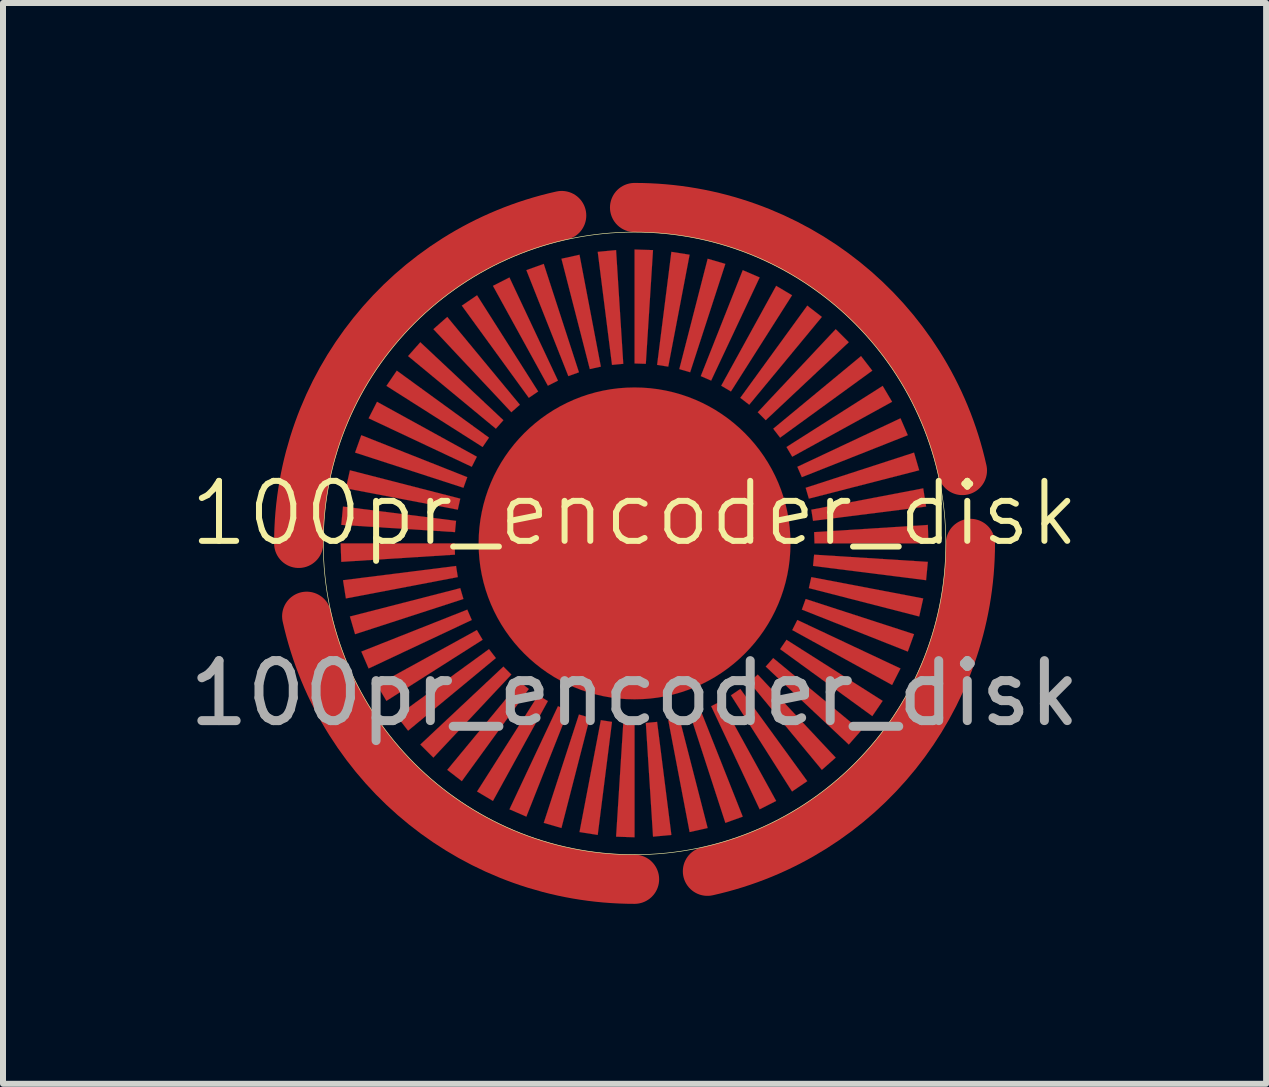
<source format=kicad_pcb>
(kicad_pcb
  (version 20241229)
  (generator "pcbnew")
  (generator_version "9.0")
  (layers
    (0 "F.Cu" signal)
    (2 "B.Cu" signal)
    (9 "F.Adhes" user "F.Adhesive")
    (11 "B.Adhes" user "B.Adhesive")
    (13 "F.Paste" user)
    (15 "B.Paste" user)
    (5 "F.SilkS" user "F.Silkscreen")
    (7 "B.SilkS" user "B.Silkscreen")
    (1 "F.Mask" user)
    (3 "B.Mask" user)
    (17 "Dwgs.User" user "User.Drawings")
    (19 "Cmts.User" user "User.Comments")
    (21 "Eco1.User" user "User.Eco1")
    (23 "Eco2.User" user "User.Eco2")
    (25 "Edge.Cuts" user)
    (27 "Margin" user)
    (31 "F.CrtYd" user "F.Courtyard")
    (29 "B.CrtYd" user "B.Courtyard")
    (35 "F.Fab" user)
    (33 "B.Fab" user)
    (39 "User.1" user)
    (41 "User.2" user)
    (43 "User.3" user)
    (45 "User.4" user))
  (footprint "100pr_encoder_disk"
    (layer "F.Cu")
    (at 7.53 6.01)
    (property "Reference" "100pr_encoder_disk" (at 0 -0.5 0) (unlocked yes) (layer "F.SilkS") (effects (font (size 1 1) (thickness 0.1))))
    (attr smd)
    (fp_line (start -4.9 0) (end -3 0) (stroke (width 0.001) (type solid)) (layer "F.Cu"))
    (fp_line (start -4.89 -0.308) (end -4.861 -0.614) (stroke (width 0.001) (type solid)) (layer "F.Cu"))
    (fp_line (start -4.89 0.308) (end -4.9 0) (stroke (width 0.001) (type solid)) (layer "F.Cu"))
    (fp_line (start -4.861 -0.614) (end -2.976 -0.376) (stroke (width 0.001) (type solid)) (layer "F.Cu"))
    (fp_line (start -4.861 0.614) (end -2.976 0.376) (stroke (width 0.001) (type solid)) (layer "F.Cu"))
    (fp_line (start -4.813 -0.918) (end -4.746 -1.219) (stroke (width 0.001) (type solid)) (layer "F.Cu"))
    (fp_line (start -4.813 0.918) (end -4.861 0.614) (stroke (width 0.001) (type solid)) (layer "F.Cu"))
    (fp_line (start -4.746 -1.219) (end -2.906 -0.746) (stroke (width 0.001) (type solid)) (layer "F.Cu"))
    (fp_line (start -4.746 1.219) (end -2.906 0.746) (stroke (width 0.001) (type solid)) (layer "F.Cu"))
    (fp_line (start -4.66 -1.514) (end -4.556 -1.804) (stroke (width 0.001) (type solid)) (layer "F.Cu"))
    (fp_line (start -4.66 1.514) (end -4.746 1.219) (stroke (width 0.001) (type solid)) (layer "F.Cu"))
    (fp_line (start -4.556 -1.804) (end -2.789 -1.104) (stroke (width 0.001) (type solid)) (layer "F.Cu"))
    (fp_line (start -4.556 1.804) (end -2.789 1.104) (stroke (width 0.001) (type solid)) (layer "F.Cu"))
    (fp_line (start -4.434 -2.086) (end -4.294 -2.361) (stroke (width 0.001) (type solid)) (layer "F.Cu"))
    (fp_line (start -4.434 2.086) (end -4.556 1.804) (stroke (width 0.001) (type solid)) (layer "F.Cu"))
    (fp_line (start -4.294 -2.361) (end -2.629 -1.445) (stroke (width 0.001) (type solid)) (layer "F.Cu"))
    (fp_line (start -4.294 2.361) (end -2.629 1.445) (stroke (width 0.001) (type solid)) (layer "F.Cu"))
    (fp_line (start -4.137 -2.626) (end -3.964 -2.88) (stroke (width 0.001) (type solid)) (layer "F.Cu"))
    (fp_line (start -4.137 2.626) (end -4.294 2.361) (stroke (width 0.001) (type solid)) (layer "F.Cu"))
    (fp_line (start -3.964 -2.88) (end -2.427 -1.763) (stroke (width 0.001) (type solid)) (layer "F.Cu"))
    (fp_line (start -3.964 2.88) (end -2.427 1.763) (stroke (width 0.001) (type solid)) (layer "F.Cu"))
    (fp_line (start -3.776 -3.123) (end -3.572 -3.354) (stroke (width 0.001) (type solid)) (layer "F.Cu"))
    (fp_line (start -3.776 3.123) (end -3.964 2.88) (stroke (width 0.001) (type solid)) (layer "F.Cu"))
    (fp_line (start -3.572 -3.354) (end -2.187 -2.054) (stroke (width 0.001) (type solid)) (layer "F.Cu"))
    (fp_line (start -3.572 3.354) (end -2.187 2.054) (stroke (width 0.001) (type solid)) (layer "F.Cu"))
    (fp_line (start -3.354 -3.572) (end -3.123 -3.776) (stroke (width 0.001) (type solid)) (layer "F.Cu"))
    (fp_line (start -3.354 3.572) (end -3.572 3.354) (stroke (width 0.001) (type solid)) (layer "F.Cu"))
    (fp_line (start -3.123 -3.776) (end -1.912 -2.312) (stroke (width 0.001) (type solid)) (layer "F.Cu"))
    (fp_line (start -3.123 3.776) (end -1.912 2.312) (stroke (width 0.001) (type solid)) (layer "F.Cu"))
    (fp_line (start -3 0) (end -2.994 0.188) (stroke (width 0.001) (type solid)) (layer "F.Cu"))
    (fp_line (start -2.994 -0.188) (end -4.89 -0.308) (stroke (width 0.001) (type solid)) (layer "F.Cu"))
    (fp_line (start -2.994 0.188) (end -4.89 0.308) (stroke (width 0.001) (type solid)) (layer "F.Cu"))
    (fp_line (start -2.976 -0.376) (end -2.994 -0.188) (stroke (width 0.001) (type solid)) (layer "F.Cu"))
    (fp_line (start -2.976 0.376) (end -2.947 0.562) (stroke (width 0.001) (type solid)) (layer "F.Cu"))
    (fp_line (start -2.947 -0.562) (end -4.813 -0.918) (stroke (width 0.001) (type solid)) (layer "F.Cu"))
    (fp_line (start -2.947 0.562) (end -4.813 0.918) (stroke (width 0.001) (type solid)) (layer "F.Cu"))
    (fp_line (start -2.906 -0.746) (end -2.947 -0.562) (stroke (width 0.001) (type solid)) (layer "F.Cu"))
    (fp_line (start -2.906 0.746) (end -2.853 0.927) (stroke (width 0.001) (type solid)) (layer "F.Cu"))
    (fp_line (start -2.88 -3.964) (end -2.626 -4.137) (stroke (width 0.001) (type solid)) (layer "F.Cu"))
    (fp_line (start -2.88 3.964) (end -3.123 3.776) (stroke (width 0.001) (type solid)) (layer "F.Cu"))
    (fp_line (start -2.853 -0.927) (end -4.66 -1.514) (stroke (width 0.001) (type solid)) (layer "F.Cu"))
    (fp_line (start -2.853 0.927) (end -4.66 1.514) (stroke (width 0.001) (type solid)) (layer "F.Cu"))
    (fp_line (start -2.789 -1.104) (end -2.853 -0.927) (stroke (width 0.001) (type solid)) (layer "F.Cu"))
    (fp_line (start -2.789 1.104) (end -2.714 1.277) (stroke (width 0.001) (type solid)) (layer "F.Cu"))
    (fp_line (start -2.714 -1.277) (end -4.434 -2.086) (stroke (width 0.001) (type solid)) (layer "F.Cu"))
    (fp_line (start -2.714 1.277) (end -4.434 2.086) (stroke (width 0.001) (type solid)) (layer "F.Cu"))
    (fp_line (start -2.629 -1.445) (end -2.714 -1.277) (stroke (width 0.001) (type solid)) (layer "F.Cu"))
    (fp_line (start -2.629 1.445) (end -2.533 1.607) (stroke (width 0.001) (type solid)) (layer "F.Cu"))
    (fp_line (start -2.626 -4.137) (end -1.607 -2.533) (stroke (width 0.001) (type solid)) (layer "F.Cu"))
    (fp_line (start -2.626 4.137) (end -1.607 2.533) (stroke (width 0.001) (type solid)) (layer "F.Cu"))
    (fp_line (start -2.533 -1.607) (end -4.137 -2.626) (stroke (width 0.001) (type solid)) (layer "F.Cu"))
    (fp_line (start -2.533 1.607) (end -4.137 2.626) (stroke (width 0.001) (type solid)) (layer "F.Cu"))
    (fp_line (start -2.427 -1.763) (end -2.533 -1.607) (stroke (width 0.001) (type solid)) (layer "F.Cu"))
    (fp_line (start -2.427 1.763) (end -2.312 1.912) (stroke (width 0.001) (type solid)) (layer "F.Cu"))
    (fp_line (start -2.361 -4.294) (end -2.086 -4.434) (stroke (width 0.001) (type solid)) (layer "F.Cu"))
    (fp_line (start -2.361 4.294) (end -2.626 4.137) (stroke (width 0.001) (type solid)) (layer "F.Cu"))
    (fp_line (start -2.312 -1.912) (end -3.776 -3.123) (stroke (width 0.001) (type solid)) (layer "F.Cu"))
    (fp_line (start -2.312 1.912) (end -3.776 3.123) (stroke (width 0.001) (type solid)) (layer "F.Cu"))
    (fp_line (start -2.187 -2.054) (end -2.312 -1.912) (stroke (width 0.001) (type solid)) (layer "F.Cu"))
    (fp_line (start -2.187 2.054) (end -2.054 2.187) (stroke (width 0.001) (type solid)) (layer "F.Cu"))
    (fp_line (start -2.086 -4.434) (end -1.277 -2.714) (stroke (width 0.001) (type solid)) (layer "F.Cu"))
    (fp_line (start -2.086 4.434) (end -1.277 2.714) (stroke (width 0.001) (type solid)) (layer "F.Cu"))
    (fp_line (start -2.054 -2.187) (end -3.354 -3.572) (stroke (width 0.001) (type solid)) (layer "F.Cu"))
    (fp_line (start -2.054 2.187) (end -3.354 3.572) (stroke (width 0.001) (type solid)) (layer "F.Cu"))
    (fp_line (start -1.912 -2.312) (end -2.054 -2.187) (stroke (width 0.001) (type solid)) (layer "F.Cu"))
    (fp_line (start -1.912 2.312) (end -1.763 2.427) (stroke (width 0.001) (type solid)) (layer "F.Cu"))
    (fp_line (start -1.804 -4.556) (end -1.514 -4.66) (stroke (width 0.001) (type solid)) (layer "F.Cu"))
    (fp_line (start -1.804 4.556) (end -2.086 4.434) (stroke (width 0.001) (type solid)) (layer "F.Cu"))
    (fp_line (start -1.763 -2.427) (end -2.88 -3.964) (stroke (width 0.001) (type solid)) (layer "F.Cu"))
    (fp_line (start -1.763 2.427) (end -2.88 3.964) (stroke (width 0.001) (type solid)) (layer "F.Cu"))
    (fp_line (start -1.607 -2.533) (end -1.763 -2.427) (stroke (width 0.001) (type solid)) (layer "F.Cu"))
    (fp_line (start -1.607 2.533) (end -1.445 2.629) (stroke (width 0.001) (type solid)) (layer "F.Cu"))
    (fp_line (start -1.514 -4.66) (end -0.927 -2.853) (stroke (width 0.001) (type solid)) (layer "F.Cu"))
    (fp_line (start -1.514 4.66) (end -0.927 2.853) (stroke (width 0.001) (type solid)) (layer "F.Cu"))
    (fp_line (start -1.445 -2.629) (end -2.361 -4.294) (stroke (width 0.001) (type solid)) (layer "F.Cu"))
    (fp_line (start -1.445 2.629) (end -2.361 4.294) (stroke (width 0.001) (type solid)) (layer "F.Cu"))
    (fp_line (start -1.277 -2.714) (end -1.445 -2.629) (stroke (width 0.001) (type solid)) (layer "F.Cu"))
    (fp_line (start -1.277 2.714) (end -1.104 2.789) (stroke (width 0.001) (type solid)) (layer "F.Cu"))
    (fp_line (start -1.219 -4.746) (end -0.918 -4.813) (stroke (width 0.001) (type solid)) (layer "F.Cu"))
    (fp_line (start -1.219 4.746) (end -1.514 4.66) (stroke (width 0.001) (type solid)) (layer "F.Cu"))
    (fp_line (start -1.104 -2.789) (end -1.804 -4.556) (stroke (width 0.001) (type solid)) (layer "F.Cu"))
    (fp_line (start -1.104 2.789) (end -1.804 4.556) (stroke (width 0.001) (type solid)) (layer "F.Cu"))
    (fp_line (start -0.927 -2.853) (end -1.104 -2.789) (stroke (width 0.001) (type solid)) (layer "F.Cu"))
    (fp_line (start -0.927 2.853) (end -0.746 2.906) (stroke (width 0.001) (type solid)) (layer "F.Cu"))
    (fp_line (start -0.918 -4.813) (end -0.562 -2.947) (stroke (width 0.001) (type solid)) (layer "F.Cu"))
    (fp_line (start -0.918 4.813) (end -0.562 2.947) (stroke (width 0.001) (type solid)) (layer "F.Cu"))
    (fp_line (start -0.746 -2.906) (end -1.219 -4.746) (stroke (width 0.001) (type solid)) (layer "F.Cu"))
    (fp_line (start -0.746 2.906) (end -1.219 4.746) (stroke (width 0.001) (type solid)) (layer "F.Cu"))
    (fp_line (start -0.614 -4.861) (end -0.308 -4.89) (stroke (width 0.001) (type solid)) (layer "F.Cu"))
    (fp_line (start -0.614 4.861) (end -0.918 4.813) (stroke (width 0.001) (type solid)) (layer "F.Cu"))
    (fp_line (start -0.562 -2.947) (end -0.746 -2.906) (stroke (width 0.001) (type solid)) (layer "F.Cu"))
    (fp_line (start -0.562 2.947) (end -0.376 2.976) (stroke (width 0.001) (type solid)) (layer "F.Cu"))
    (fp_line (start -0.376 -2.976) (end -0.614 -4.861) (stroke (width 0.001) (type solid)) (layer "F.Cu"))
    (fp_line (start -0.376 2.976) (end -0.614 4.861) (stroke (width 0.001) (type solid)) (layer "F.Cu"))
    (fp_line (start -0.308 -4.89) (end -0.188 -2.994) (stroke (width 0.001) (type solid)) (layer "F.Cu"))
    (fp_line (start -0.308 4.89) (end -0.188 2.994) (stroke (width 0.001) (type solid)) (layer "F.Cu"))
    (fp_line (start -0.188 -2.994) (end -0.376 -2.976) (stroke (width 0.001) (type solid)) (layer "F.Cu"))
    (fp_line (start -0.188 2.994) (end 0 3) (stroke (width 0.001) (type solid)) (layer "F.Cu"))
    (fp_line (start 0 -4.9) (end 0.308 -4.89) (stroke (width 0.001) (type solid)) (layer "F.Cu"))
    (fp_line (start 0 -3) (end 0 -4.9) (stroke (width 0.001) (type solid)) (layer "F.Cu"))
    (fp_line (start 0 3) (end 0 4.9) (stroke (width 0.001) (type solid)) (layer "F.Cu"))
    (fp_line (start 0 4.9) (end -0.308 4.89) (stroke (width 0.001) (type solid)) (layer "F.Cu"))
    (fp_line (start 0.188 -2.994) (end 0 -3) (stroke (width 0.001) (type solid)) (layer "F.Cu"))
    (fp_line (start 0.188 2.994) (end 0.376 2.976) (stroke (width 0.001) (type solid)) (layer "F.Cu"))
    (fp_line (start 0.308 -4.89) (end 0.188 -2.994) (stroke (width 0.001) (type solid)) (layer "F.Cu"))
    (fp_line (start 0.308 4.89) (end 0.188 2.994) (stroke (width 0.001) (type solid)) (layer "F.Cu"))
    (fp_line (start 0.376 -2.976) (end 0.614 -4.861) (stroke (width 0.001) (type solid)) (layer "F.Cu"))
    (fp_line (start 0.376 2.976) (end 0.614 4.861) (stroke (width 0.001) (type solid)) (layer "F.Cu"))
    (fp_line (start 0.562 -2.947) (end 0.376 -2.976) (stroke (width 0.001) (type solid)) (layer "F.Cu"))
    (fp_line (start 0.562 2.947) (end 0.746 2.906) (stroke (width 0.001) (type solid)) (layer "F.Cu"))
    (fp_line (start 0.614 -4.861) (end 0.918 -4.813) (stroke (width 0.001) (type solid)) (layer "F.Cu"))
    (fp_line (start 0.614 4.861) (end 0.308 4.89) (stroke (width 0.001) (type solid)) (layer "F.Cu"))
    (fp_line (start 0.746 -2.906) (end 1.219 -4.746) (stroke (width 0.001) (type solid)) (layer "F.Cu"))
    (fp_line (start 0.746 2.906) (end 1.219 4.746) (stroke (width 0.001) (type solid)) (layer "F.Cu"))
    (fp_line (start 0.918 -4.813) (end 0.562 -2.947) (stroke (width 0.001) (type solid)) (layer "F.Cu"))
    (fp_line (start 0.918 4.813) (end 0.562 2.947) (stroke (width 0.001) (type solid)) (layer "F.Cu"))
    (fp_line (start 0.927 -2.853) (end 0.746 -2.906) (stroke (width 0.001) (type solid)) (layer "F.Cu"))
    (fp_line (start 0.927 2.853) (end 1.104 2.789) (stroke (width 0.001) (type solid)) (layer "F.Cu"))
    (fp_line (start 1.104 -2.789) (end 1.804 -4.556) (stroke (width 0.001) (type solid)) (layer "F.Cu"))
    (fp_line (start 1.104 2.789) (end 1.804 4.556) (stroke (width 0.001) (type solid)) (layer "F.Cu"))
    (fp_line (start 1.219 -4.746) (end 1.514 -4.66) (stroke (width 0.001) (type solid)) (layer "F.Cu"))
    (fp_line (start 1.219 4.746) (end 0.918 4.813) (stroke (width 0.001) (type solid)) (layer "F.Cu"))
    (fp_line (start 1.277 -2.714) (end 1.104 -2.789) (stroke (width 0.001) (type solid)) (layer "F.Cu"))
    (fp_line (start 1.277 2.714) (end 1.445 2.629) (stroke (width 0.001) (type solid)) (layer "F.Cu"))
    (fp_line (start 1.445 -2.629) (end 2.361 -4.294) (stroke (width 0.001) (type solid)) (layer "F.Cu"))
    (fp_line (start 1.445 2.629) (end 2.361 4.294) (stroke (width 0.001) (type solid)) (layer "F.Cu"))
    (fp_line (start 1.514 -4.66) (end 0.927 -2.853) (stroke (width 0.001) (type solid)) (layer "F.Cu"))
    (fp_line (start 1.514 4.66) (end 0.927 2.853) (stroke (width 0.001) (type solid)) (layer "F.Cu"))
    (fp_line (start 1.607 -2.533) (end 1.445 -2.629) (stroke (width 0.001) (type solid)) (layer "F.Cu"))
    (fp_line (start 1.607 2.533) (end 1.763 2.427) (stroke (width 0.001) (type solid)) (layer "F.Cu"))
    (fp_line (start 1.763 -2.427) (end 2.88 -3.964) (stroke (width 0.001) (type solid)) (layer "F.Cu"))
    (fp_line (start 1.763 2.427) (end 2.88 3.964) (stroke (width 0.001) (type solid)) (layer "F.Cu"))
    (fp_line (start 1.804 -4.556) (end 2.086 -4.434) (stroke (width 0.001) (type solid)) (layer "F.Cu"))
    (fp_line (start 1.804 4.556) (end 1.514 4.66) (stroke (width 0.001) (type solid)) (layer "F.Cu"))
    (fp_line (start 1.912 -2.312) (end 1.763 -2.427) (stroke (width 0.001) (type solid)) (layer "F.Cu"))
    (fp_line (start 1.912 2.312) (end 2.054 2.187) (stroke (width 0.001) (type solid)) (layer "F.Cu"))
    (fp_line (start 2.054 -2.187) (end 3.354 -3.572) (stroke (width 0.001) (type solid)) (layer "F.Cu"))
    (fp_line (start 2.054 2.187) (end 3.354 3.572) (stroke (width 0.001) (type solid)) (layer "F.Cu"))
    (fp_line (start 2.086 -4.434) (end 1.277 -2.714) (stroke (width 0.001) (type solid)) (layer "F.Cu"))
    (fp_line (start 2.086 4.434) (end 1.277 2.714) (stroke (width 0.001) (type solid)) (layer "F.Cu"))
    (fp_line (start 2.187 -2.054) (end 2.054 -2.187) (stroke (width 0.001) (type solid)) (layer "F.Cu"))
    (fp_line (start 2.187 2.054) (end 2.312 1.912) (stroke (width 0.001) (type solid)) (layer "F.Cu"))
    (fp_line (start 2.312 -1.912) (end 3.776 -3.123) (stroke (width 0.001) (type solid)) (layer "F.Cu"))
    (fp_line (start 2.312 1.912) (end 3.776 3.123) (stroke (width 0.001) (type solid)) (layer "F.Cu"))
    (fp_line (start 2.361 -4.294) (end 2.626 -4.137) (stroke (width 0.001) (type solid)) (layer "F.Cu"))
    (fp_line (start 2.361 4.294) (end 2.086 4.434) (stroke (width 0.001) (type solid)) (layer "F.Cu"))
    (fp_line (start 2.427 -1.763) (end 2.312 -1.912) (stroke (width 0.001) (type solid)) (layer "F.Cu"))
    (fp_line (start 2.427 1.763) (end 2.533 1.607) (stroke (width 0.001) (type solid)) (layer "F.Cu"))
    (fp_line (start 2.533 -1.607) (end 4.137 -2.626) (stroke (width 0.001) (type solid)) (layer "F.Cu"))
    (fp_line (start 2.533 1.607) (end 4.137 2.626) (stroke (width 0.001) (type solid)) (layer "F.Cu"))
    (fp_line (start 2.626 -4.137) (end 1.607 -2.533) (stroke (width 0.001) (type solid)) (layer "F.Cu"))
    (fp_line (start 2.626 4.137) (end 1.607 2.533) (stroke (width 0.001) (type solid)) (layer "F.Cu"))
    (fp_line (start 2.629 -1.445) (end 2.533 -1.607) (stroke (width 0.001) (type solid)) (layer "F.Cu"))
    (fp_line (start 2.629 1.445) (end 2.714 1.277) (stroke (width 0.001) (type solid)) (layer "F.Cu"))
    (fp_line (start 2.714 -1.277) (end 4.434 -2.086) (stroke (width 0.001) (type solid)) (layer "F.Cu"))
    (fp_line (start 2.714 1.277) (end 4.434 2.086) (stroke (width 0.001) (type solid)) (layer "F.Cu"))
    (fp_line (start 2.789 -1.104) (end 2.714 -1.277) (stroke (width 0.001) (type solid)) (layer "F.Cu"))
    (fp_line (start 2.789 1.104) (end 2.853 0.927) (stroke (width 0.001) (type solid)) (layer "F.Cu"))
    (fp_line (start 2.853 -0.927) (end 4.66 -1.514) (stroke (width 0.001) (type solid)) (layer "F.Cu"))
    (fp_line (start 2.853 0.927) (end 4.66 1.514) (stroke (width 0.001) (type solid)) (layer "F.Cu"))
    (fp_line (start 2.88 -3.964) (end 3.123 -3.776) (stroke (width 0.001) (type solid)) (layer "F.Cu"))
    (fp_line (start 2.88 3.964) (end 2.626 4.137) (stroke (width 0.001) (type solid)) (layer "F.Cu"))
    (fp_line (start 2.906 -0.746) (end 2.853 -0.927) (stroke (width 0.001) (type solid)) (layer "F.Cu"))
    (fp_line (start 2.906 0.746) (end 2.947 0.562) (stroke (width 0.001) (type solid)) (layer "F.Cu"))
    (fp_line (start 2.947 -0.562) (end 4.813 -0.918) (stroke (width 0.001) (type solid)) (layer "F.Cu"))
    (fp_line (start 2.947 0.562) (end 4.813 0.918) (stroke (width 0.001) (type solid)) (layer "F.Cu"))
    (fp_line (start 2.976 -0.376) (end 2.947 -0.562) (stroke (width 0.001) (type solid)) (layer "F.Cu"))
    (fp_line (start 2.976 0.376) (end 2.994 0.188) (stroke (width 0.001) (type solid)) (layer "F.Cu"))
    (fp_line (start 2.994 -0.188) (end 4.89 -0.308) (stroke (width 0.001) (type solid)) (layer "F.Cu"))
    (fp_line (start 2.994 0.188) (end 4.89 0.308) (stroke (width 0.001) (type solid)) (layer "F.Cu"))
    (fp_line (start 3 0) (end 2.994 -0.188) (stroke (width 0.001) (type solid)) (layer "F.Cu"))
    (fp_line (start 3.123 -3.776) (end 1.912 -2.312) (stroke (width 0.001) (type solid)) (layer "F.Cu"))
    (fp_line (start 3.123 3.776) (end 1.912 2.312) (stroke (width 0.001) (type solid)) (layer "F.Cu"))
    (fp_line (start 3.354 -3.572) (end 3.572 -3.354) (stroke (width 0.001) (type solid)) (layer "F.Cu"))
    (fp_line (start 3.354 3.572) (end 3.123 3.776) (stroke (width 0.001) (type solid)) (layer "F.Cu"))
    (fp_line (start 3.572 -3.354) (end 2.187 -2.054) (stroke (width 0.001) (type solid)) (layer "F.Cu"))
    (fp_line (start 3.572 3.354) (end 2.187 2.054) (stroke (width 0.001) (type solid)) (layer "F.Cu"))
    (fp_line (start 3.776 -3.123) (end 3.964 -2.88) (stroke (width 0.001) (type solid)) (layer "F.Cu"))
    (fp_line (start 3.776 3.123) (end 3.572 3.354) (stroke (width 0.001) (type solid)) (layer "F.Cu"))
    (fp_line (start 3.964 -2.88) (end 2.427 -1.763) (stroke (width 0.001) (type solid)) (layer "F.Cu"))
    (fp_line (start 3.964 2.88) (end 2.427 1.763) (stroke (width 0.001) (type solid)) (layer "F.Cu"))
    (fp_line (start 4.137 -2.626) (end 4.294 -2.361) (stroke (width 0.001) (type solid)) (layer "F.Cu"))
    (fp_line (start 4.137 2.626) (end 3.964 2.88) (stroke (width 0.001) (type solid)) (layer "F.Cu"))
    (fp_line (start 4.294 -2.361) (end 2.629 -1.445) (stroke (width 0.001) (type solid)) (layer "F.Cu"))
    (fp_line (start 4.294 2.361) (end 2.629 1.445) (stroke (width 0.001) (type solid)) (layer "F.Cu"))
    (fp_line (start 4.434 -2.086) (end 4.556 -1.804) (stroke (width 0.001) (type solid)) (layer "F.Cu"))
    (fp_line (start 4.434 2.086) (end 4.294 2.361) (stroke (width 0.001) (type solid)) (layer "F.Cu"))
    (fp_line (start 4.556 -1.804) (end 2.789 -1.104) (stroke (width 0.001) (type solid)) (layer "F.Cu"))
    (fp_line (start 4.556 1.804) (end 2.789 1.104) (stroke (width 0.001) (type solid)) (layer "F.Cu"))
    (fp_line (start 4.66 -1.514) (end 4.746 -1.219) (stroke (width 0.001) (type solid)) (layer "F.Cu"))
    (fp_line (start 4.66 1.514) (end 4.556 1.804) (stroke (width 0.001) (type solid)) (layer "F.Cu"))
    (fp_line (start 4.746 -1.219) (end 2.906 -0.746) (stroke (width 0.001) (type solid)) (layer "F.Cu"))
    (fp_line (start 4.746 1.219) (end 2.906 0.746) (stroke (width 0.001) (type solid)) (layer "F.Cu"))
    (fp_line (start 4.813 -0.918) (end 4.861 -0.614) (stroke (width 0.001) (type solid)) (layer "F.Cu"))
    (fp_line (start 4.813 0.918) (end 4.746 1.219) (stroke (width 0.001) (type solid)) (layer "F.Cu"))
    (fp_line (start 4.861 -0.614) (end 2.976 -0.376) (stroke (width 0.001) (type solid)) (layer "F.Cu"))
    (fp_line (start 4.861 0.614) (end 2.976 0.376) (stroke (width 0.001) (type solid)) (layer "F.Cu"))
    (fp_line (start 4.89 -0.308) (end 4.9 0) (stroke (width 0.001) (type solid)) (layer "F.Cu"))
    (fp_line (start 4.89 0.308) (end 4.861 0.614) (stroke (width 0.001) (type solid)) (layer "F.Cu"))
    (fp_line (start 4.9 0) (end 3 0) (stroke (width 0.001) (type solid)) (layer "F.Cu"))
    (fp_arc (start -5.600003 0.000004) (mid -4.368238 -3.50407) (end -1.214814 -5.466644) (stroke (width 0.82) (type default)) (layer "F.Cu"))
    (fp_arc (start -0.000003 -5.599996) (mid 3.504071 -4.368231) (end 5.466645 -1.214807) (stroke (width 0.82) (type default)) (layer "F.Cu"))
    (fp_arc (start -0.000003 5.600004) (mid -3.504077 4.368239) (end -5.466651 1.214815) (stroke (width 0.82) (type default)) (layer "F.Cu"))
    (fp_arc (start 5.599997 0.000004) (mid 4.368232 3.504078) (end 1.214808 5.466652) (stroke (width 0.82) (type default)) (layer "F.Cu"))
    (fp_circle (center 0 0) (end 2.6 0) (stroke (width 0.001) (type solid)) (fill no) (layer "F.Cu"))
    (fp_poly (pts (xy -4.89 0.308) (xy -4.9 0) (xy -3 0) (xy -2.994 0.188)) (stroke (width 0.001) (type solid)) (fill yes) (layer "F.Cu"))
    (fp_poly (pts (xy -4.861 -0.614) (xy -2.976 -0.376) (xy -2.994 -0.188) (xy -4.89 -0.308)) (stroke (width 0.001) (type solid)) (fill yes) (layer "F.Cu"))
    (fp_poly (pts (xy -4.813 -0.918) (xy -4.746 -1.219) (xy -2.906 -0.746) (xy -2.947 -0.562)) (stroke (width 0.001) (type solid)) (fill yes) (layer "F.Cu"))
    (fp_poly (pts (xy -4.813 0.918) (xy -4.861 0.614) (xy -2.976 0.376) (xy -2.947 0.562)) (stroke (width 0.001) (type solid)) (fill yes) (layer "F.Cu"))
    (fp_poly (pts (xy -4.66 -1.514) (xy -4.556 -1.804) (xy -2.789 -1.104) (xy -2.853 -0.927)) (stroke (width 0.001) (type solid)) (fill yes) (layer "F.Cu"))
    (fp_poly (pts (xy -4.66 1.514) (xy -4.746 1.219) (xy -2.906 0.746) (xy -2.853 0.927)) (stroke (width 0.001) (type solid)) (fill yes) (layer "F.Cu"))
    (fp_poly (pts (xy -4.434 -2.086) (xy -2.714 -1.277) (xy -2.629 -1.445) (xy -4.294 -2.361)) (stroke (width 0.001) (type solid)) (fill yes) (layer "F.Cu"))
    (fp_poly (pts (xy -4.434 2.086) (xy -4.556 1.804) (xy -2.789 1.104) (xy -2.714 1.277)) (stroke (width 0.001) (type solid)) (fill yes) (layer "F.Cu"))
    (fp_poly (pts (xy -4.137 -2.626) (xy -2.533 -1.607) (xy -2.427 -1.763) (xy -3.964 -2.88)) (stroke (width 0.001) (type solid)) (fill yes) (layer "F.Cu"))
    (fp_poly (pts (xy -4.137 2.626) (xy -4.294 2.361) (xy -2.629 1.445) (xy -2.533 1.607)) (stroke (width 0.001) (type solid)) (fill yes) (layer "F.Cu"))
    (fp_poly (pts (xy -3.964 2.88) (xy -2.427 1.763) (xy -2.312 1.912) (xy -3.776 3.123)) (stroke (width 0.001) (type solid)) (fill yes) (layer "F.Cu"))
    (fp_poly (pts (xy -3.776 -3.123) (xy -2.312 -1.912) (xy -2.187 -2.054) (xy -3.572 -3.354)) (stroke (width 0.001) (type solid)) (fill yes) (layer "F.Cu"))
    (fp_poly (pts (xy -3.123 -3.776) (xy -3.354 -3.572) (xy -2.054 -2.187) (xy -1.912 -2.312)) (stroke (width 0.001) (type solid)) (fill yes) (layer "F.Cu"))
    (fp_poly (pts (xy -2.88 -3.964) (xy -2.626 -4.137) (xy -1.607 -2.533) (xy -1.763 -2.427)) (stroke (width 0.001) (type solid)) (fill yes) (layer "F.Cu"))
    (fp_poly (pts (xy -2.187 2.054) (xy -3.572 3.354) (xy -3.354 3.572) (xy -2.054 2.187)) (stroke (width 0.001) (type solid)) (fill yes) (layer "F.Cu"))
    (fp_poly (pts (xy -2.086 -4.434) (xy -2.361 -4.294) (xy -1.445 -2.629) (xy -1.277 -2.714)) (stroke (width 0.001) (type solid)) (fill yes) (layer "F.Cu"))
    (fp_poly (pts (xy -1.763 2.427) (xy -2.88 3.964) (xy -3.123 3.776) (xy -1.912 2.312)) (stroke (width 0.001) (type solid)) (fill yes) (layer "F.Cu"))
    (fp_poly (pts (xy -1.514 -4.66) (xy -1.804 -4.556) (xy -1.104 -2.789) (xy -0.927 -2.853)) (stroke (width 0.001) (type solid)) (fill yes) (layer "F.Cu"))
    (fp_poly (pts (xy -1.445 2.629) (xy -1.607 2.533) (xy -2.626 4.137) (xy -2.361 4.294)) (stroke (width 0.001) (type solid)) (fill yes) (layer "F.Cu"))
    (fp_poly (pts (xy -1.277 2.714) (xy -2.086 4.434) (xy -1.804 4.556) (xy -1.104 2.789)) (stroke (width 0.001) (type solid)) (fill yes) (layer "F.Cu"))
    (fp_poly (pts (xy -0.918 -4.813) (xy -1.219 -4.746) (xy -0.746 -2.906) (xy -0.562 -2.947)) (stroke (width 0.001) (type solid)) (fill yes) (layer "F.Cu"))
    (fp_poly (pts (xy -0.746 2.906) (xy -1.219 4.746) (xy -1.514 4.66) (xy -0.927 2.853)) (stroke (width 0.001) (type solid)) (fill yes) (layer "F.Cu"))
    (fp_poly (pts (xy -0.562 2.947) (xy -0.918 4.813) (xy -0.614 4.861) (xy -0.376 2.976)) (stroke (width 0.001) (type solid)) (fill yes) (layer "F.Cu"))
    (fp_poly (pts (xy -0.308 -4.89) (xy -0.614 -4.861) (xy -0.376 -2.976) (xy -0.188 -2.994)) (stroke (width 0.001) (type solid)) (fill yes) (layer "F.Cu"))
    (fp_poly (pts (xy 0 -4.9) (xy 0 -3) (xy 0.188 -2.994) (xy 0.308 -4.89)) (stroke (width 0.001) (type solid)) (fill yes) (layer "F.Cu"))
    (fp_poly (pts (xy 0 3) (xy -0.188 2.994) (xy -0.308 4.89) (xy 0 4.9)) (stroke (width 0.001) (type solid)) (fill yes) (layer "F.Cu"))
    (fp_poly (pts (xy 0.376 2.976) (xy 0.188 2.994) (xy 0.308 4.89) (xy 0.614 4.861)) (stroke (width 0.001) (type solid)) (fill yes) (layer "F.Cu"))
    (fp_poly (pts (xy 0.562 2.947) (xy 0.918 4.813) (xy 1.219 4.746) (xy 0.746 2.906)) (stroke (width 0.001) (type solid)) (fill yes) (layer "F.Cu"))
    (fp_poly (pts (xy 0.614 -4.861) (xy 0.376 -2.976) (xy 0.562 -2.947) (xy 0.918 -4.813)) (stroke (width 0.001) (type solid)) (fill yes) (layer "F.Cu"))
    (fp_poly (pts (xy 0.927 2.853) (xy 1.514 4.66) (xy 1.804 4.556) (xy 1.104 2.789)) (stroke (width 0.001) (type solid)) (fill yes) (layer "F.Cu"))
    (fp_poly (pts (xy 1.219 -4.746) (xy 0.746 -2.906) (xy 0.927 -2.853) (xy 1.514 -4.66)) (stroke (width 0.001) (type solid)) (fill yes) (layer "F.Cu"))
    (fp_poly (pts (xy 1.445 2.629) (xy 1.277 2.714) (xy 2.086 4.434) (xy 2.361 4.294)) (stroke (width 0.001) (type solid)) (fill yes) (layer "F.Cu"))
    (fp_poly (pts (xy 1.763 2.427) (xy 1.607 2.533) (xy 2.626 4.137) (xy 2.88 3.964)) (stroke (width 0.001) (type solid)) (fill yes) (layer "F.Cu"))
    (fp_poly (pts (xy 1.804 -4.556) (xy 1.104 -2.789) (xy 1.277 -2.714) (xy 2.086 -4.434)) (stroke (width 0.001) (type solid)) (fill yes) (layer "F.Cu"))
    (fp_poly (pts (xy 2.054 2.187) (xy 1.912 2.312) (xy 3.123 3.776) (xy 3.354 3.572)) (stroke (width 0.001) (type solid)) (fill yes) (layer "F.Cu"))
    (fp_poly (pts (xy 2.312 1.912) (xy 2.187 2.054) (xy 3.572 3.354) (xy 3.776 3.123)) (stroke (width 0.001) (type solid)) (fill yes) (layer "F.Cu"))
    (fp_poly (pts (xy 2.361 -4.294) (xy 1.445 -2.629) (xy 1.607 -2.533) (xy 2.626 -4.137)) (stroke (width 0.001) (type solid)) (fill yes) (layer "F.Cu"))
    (fp_poly (pts (xy 2.533 1.607) (xy 2.427 1.763) (xy 3.964 2.88) (xy 4.137 2.626)) (stroke (width 0.001) (type solid)) (fill yes) (layer "F.Cu"))
    (fp_poly (pts (xy 2.714 1.277) (xy 2.629 1.445) (xy 4.294 2.361) (xy 4.434 2.086)) (stroke (width 0.001) (type solid)) (fill yes) (layer "F.Cu"))
    (fp_poly (pts (xy 2.88 -3.964) (xy 1.763 -2.427) (xy 1.912 -2.312) (xy 3.123 -3.776)) (stroke (width 0.001) (type solid)) (fill yes) (layer "F.Cu"))
    (fp_poly (pts (xy 3.354 -3.572) (xy 2.054 -2.187) (xy 2.187 -2.054) (xy 3.572 -3.354)) (stroke (width 0.001) (type solid)) (fill yes) (layer "F.Cu"))
    (fp_poly (pts (xy 3.776 -3.123) (xy 2.312 -1.912) (xy 2.427 -1.763) (xy 3.964 -2.88)) (stroke (width 0.001) (type solid)) (fill yes) (layer "F.Cu"))
    (fp_poly (pts (xy 4.137 -2.626) (xy 2.533 -1.607) (xy 2.629 -1.445) (xy 4.294 -2.361)) (stroke (width 0.001) (type solid)) (fill yes) (layer "F.Cu"))
    (fp_poly (pts (xy 4.434 -2.086) (xy 2.714 -1.277) (xy 2.789 -1.104) (xy 4.556 -1.804)) (stroke (width 0.001) (type solid)) (fill yes) (layer "F.Cu"))
    (fp_poly (pts (xy 4.66 -1.514) (xy 2.853 -0.927) (xy 2.906 -0.746) (xy 4.746 -1.219)) (stroke (width 0.001) (type solid)) (fill yes) (layer "F.Cu"))
    (fp_poly (pts (xy 4.66 1.514) (xy 2.853 0.927) (xy 2.789 1.104) (xy 4.556 1.804)) (stroke (width 0.001) (type solid)) (fill yes) (layer "F.Cu"))
    (fp_poly (pts (xy 4.813 -0.918) (xy 2.947 -0.562) (xy 2.976 -0.376) (xy 4.861 -0.614)) (stroke (width 0.001) (type solid)) (fill yes) (layer "F.Cu"))
    (fp_poly (pts (xy 4.813 0.918) (xy 2.947 0.562) (xy 2.906 0.746) (xy 4.746 1.219)) (stroke (width 0.001) (type solid)) (fill yes) (layer "F.Cu"))
    (fp_poly (pts (xy 4.89 -0.308) (xy 2.994 -0.188) (xy 3 0) (xy 4.9 0)) (stroke (width 0.001) (type solid)) (fill yes) (layer "F.Cu"))
    (fp_poly (pts (xy 4.89 0.308) (xy 2.994 0.188) (xy 2.976 0.376) (xy 4.861 0.614)) (stroke (width 0.001) (type solid)) (fill yes) (layer "F.Cu"))
    (fp_arc (start -5.6 0) (mid -4.368235 -3.504074) (end -1.214811 -5.466648) (stroke (width 0.82) (type default)) (layer "F.Mask"))
    (fp_arc (start 0 -5.6) (mid 3.504075 -4.368236) (end 5.466648 -1.214811) (stroke (width 0.82) (type default)) (layer "F.Mask"))
    (fp_arc (start 0 5.6) (mid -3.504074 4.368235) (end -5.466648 1.214811) (stroke (width 0.82) (type default)) (layer "F.Mask"))
    (fp_arc (start 5.6 0) (mid 4.368235 3.504074) (end 1.214811 5.466648) (stroke (width 0.82) (type default)) (layer "F.Mask"))
    (fp_poly (pts (xy -4.861 0.614) (xy -4.813 0.918) (xy -2.947 0.562) (xy -2.976 0.376)) (stroke (width 0.001) (type solid)) (fill yes) (layer "F.Mask"))
    (fp_poly (pts (xy -4.746 1.219) (xy -4.66 1.514) (xy -2.853 0.927) (xy -2.906 0.746)) (stroke (width 0.001) (type solid)) (fill yes) (layer "F.Mask"))
    (fp_poly (pts (xy -4.434 2.086) (xy -2.714 1.277) (xy -2.789 1.104) (xy -4.556 1.804)) (stroke (width 0.001) (type solid)) (fill yes) (layer "F.Mask"))
    (fp_poly (pts (xy -4.294 2.361) (xy -4.137 2.626) (xy -2.533 1.607) (xy -2.629 1.445)) (stroke (width 0.001) (type solid)) (fill yes) (layer "F.Mask"))
    (fp_poly (pts (xy -3.123 -3.776) (xy -3.354 -3.572) (xy -2.054 -2.187) (xy -1.912 -2.312)) (stroke (width 0.001) (type solid)) (fill yes) (layer "F.Mask"))
    (fp_poly (pts (xy -3 0) (xy -2.994 0.188) (xy -4.89 0.308) (xy -4.9 0)) (stroke (width 0.001) (type solid)) (fill yes) (layer "F.Mask"))
    (fp_poly (pts (xy -2.994 -0.188) (xy -4.89 -0.308) (xy -4.861 -0.614) (xy -2.976 -0.376)) (stroke (width 0.001) (type solid)) (fill yes) (layer "F.Mask"))
    (fp_poly (pts (xy -2.947 -0.562) (xy -2.906 -0.746) (xy -4.746 -1.219) (xy -4.813 -0.918)) (stroke (width 0.001) (type solid)) (fill yes) (layer "F.Mask"))
    (fp_poly (pts (xy -2.853 -0.927) (xy -2.789 -1.104) (xy -4.556 -1.804) (xy -4.66 -1.514)) (stroke (width 0.001) (type solid)) (fill yes) (layer "F.Mask"))
    (fp_poly (pts (xy -2.714 -1.277) (xy -2.629 -1.445) (xy -4.294 -2.361) (xy -4.434 -2.086)) (stroke (width 0.001) (type solid)) (fill yes) (layer "F.Mask"))
    (fp_poly (pts (xy -2.626 -4.137) (xy -2.88 -3.964) (xy -1.763 -2.427) (xy -1.607 -2.533)) (stroke (width 0.001) (type solid)) (fill yes) (layer "F.Mask"))
    (fp_poly (pts (xy -2.533 -1.607) (xy -2.427 -1.763) (xy -3.964 -2.88) (xy -4.137 -2.626)) (stroke (width 0.001) (type solid)) (fill yes) (layer "F.Mask"))
    (fp_poly (pts (xy -2.427 1.763) (xy -3.964 2.88) (xy -3.776 3.123) (xy -2.312 1.912)) (stroke (width 0.001) (type solid)) (fill yes) (layer "F.Mask"))
    (fp_poly (pts (xy -2.312 -1.912) (xy -2.187 -2.054) (xy -3.572 -3.354) (xy -3.776 -3.123)) (stroke (width 0.001) (type solid)) (fill yes) (layer "F.Mask"))
    (fp_poly (pts (xy -2.187 2.054) (xy -3.572 3.354) (xy -3.354 3.572) (xy -2.054 2.187)) (stroke (width 0.001) (type solid)) (fill yes) (layer "F.Mask"))
    (fp_poly (pts (xy -2.086 -4.434) (xy -2.361 -4.294) (xy -1.445 -2.629) (xy -1.277 -2.714)) (stroke (width 0.001) (type solid)) (fill yes) (layer "F.Mask"))
    (fp_poly (pts (xy -1.912 2.312) (xy -3.123 3.776) (xy -2.88 3.964) (xy -1.763 2.427)) (stroke (width 0.001) (type solid)) (fill yes) (layer "F.Mask"))
    (fp_poly (pts (xy -1.607 2.533) (xy -2.626 4.137) (xy -2.361 4.294) (xy -1.445 2.629)) (stroke (width 0.001) (type solid)) (fill yes) (layer "F.Mask"))
    (fp_poly (pts (xy -1.514 -4.66) (xy -1.804 -4.556) (xy -1.104 -2.789) (xy -0.927 -2.853)) (stroke (width 0.001) (type solid)) (fill yes) (layer "F.Mask"))
    (fp_poly (pts (xy -1.104 2.789) (xy -1.277 2.714) (xy -2.086 4.434) (xy -1.804 4.556)) (stroke (width 0.001) (type solid)) (fill yes) (layer "F.Mask"))
    (fp_poly (pts (xy -0.918 -4.813) (xy -0.562 -2.947) (xy -0.746 -2.906) (xy -1.219 -4.746)) (stroke (width 0.001) (type solid)) (fill yes) (layer "F.Mask"))
    (fp_poly (pts (xy -0.746 2.906) (xy -0.927 2.853) (xy -1.514 4.66) (xy -1.219 4.746)) (stroke (width 0.001) (type solid)) (fill yes) (layer "F.Mask"))
    (fp_poly (pts (xy -0.614 -4.861) (xy -0.308 -4.89) (xy -0.188 -2.994) (xy -0.376 -2.976)) (stroke (width 0.001) (type solid)) (fill yes) (layer "F.Mask"))
    (fp_poly (pts (xy -0.376 2.976) (xy -0.562 2.947) (xy -0.918 4.813) (xy -0.614 4.861)) (stroke (width 0.001) (type solid)) (fill yes) (layer "F.Mask"))
    (fp_poly (pts (xy 0 -4.9) (xy 0 -3) (xy 0.188 -2.994) (xy 0.308 -4.89)) (stroke (width 0.001) (type solid)) (fill yes) (layer "F.Mask"))
    (fp_poly (pts (xy 0 3) (xy -0.188 2.994) (xy -0.308 4.89) (xy 0 4.9)) (stroke (width 0.001) (type solid)) (fill yes) (layer "F.Mask"))
    (fp_poly (pts (xy 0.376 2.976) (xy 0.188 2.994) (xy 0.308 4.89) (xy 0.614 4.861)) (stroke (width 0.001) (type solid)) (fill yes) (layer "F.Mask"))
    (fp_poly (pts (xy 0.562 2.947) (xy 0.746 2.906) (xy 1.219 4.746) (xy 0.918 4.813)) (stroke (width 0.001) (type solid)) (fill yes) (layer "F.Mask"))
    (fp_poly (pts (xy 0.614 -4.861) (xy 0.918 -4.813) (xy 0.562 -2.947) (xy 0.376 -2.976)) (stroke (width 0.001) (type solid)) (fill yes) (layer "F.Mask"))
    (fp_poly (pts (xy 1.104 2.789) (xy 0.927 2.853) (xy 1.514 4.66) (xy 1.804 4.556)) (stroke (width 0.001) (type solid)) (fill yes) (layer "F.Mask"))
    (fp_poly (pts (xy 1.219 -4.746) (xy 1.514 -4.66) (xy 0.927 -2.853) (xy 0.746 -2.906)) (stroke (width 0.001) (type solid)) (fill yes) (layer "F.Mask"))
    (fp_poly (pts (xy 1.445 2.629) (xy 1.277 2.714) (xy 2.086 4.434) (xy 2.361 4.294)) (stroke (width 0.001) (type solid)) (fill yes) (layer "F.Mask"))
    (fp_poly (pts (xy 1.763 2.427) (xy 1.607 2.533) (xy 2.626 4.137) (xy 2.88 3.964)) (stroke (width 0.001) (type solid)) (fill yes) (layer "F.Mask"))
    (fp_poly (pts (xy 2.054 2.187) (xy 1.912 2.312) (xy 3.123 3.776) (xy 3.354 3.572)) (stroke (width 0.001) (type solid)) (fill yes) (layer "F.Mask"))
    (fp_poly (pts (xy 2.086 -4.434) (xy 1.277 -2.714) (xy 1.104 -2.789) (xy 1.804 -4.556)) (stroke (width 0.001) (type solid)) (fill yes) (layer "F.Mask"))
    (fp_poly (pts (xy 2.312 1.912) (xy 2.187 2.054) (xy 3.572 3.354) (xy 3.776 3.123)) (stroke (width 0.001) (type solid)) (fill yes) (layer "F.Mask"))
    (fp_poly (pts (xy 2.361 -4.294) (xy 2.626 -4.137) (xy 1.607 -2.533) (xy 1.445 -2.629)) (stroke (width 0.001) (type solid)) (fill yes) (layer "F.Mask"))
    (fp_poly (pts (xy 2.533 1.607) (xy 2.427 1.763) (xy 3.964 2.88) (xy 4.137 2.626)) (stroke (width 0.001) (type solid)) (fill yes) (layer "F.Mask"))
    (fp_poly (pts (xy 2.714 -1.277) (xy 2.789 -1.104) (xy 4.556 -1.804) (xy 4.434 -2.086)) (stroke (width 0.001) (type solid)) (fill yes) (layer "F.Mask"))
    (fp_poly (pts (xy 2.714 1.277) (xy 2.629 1.445) (xy 4.294 2.361) (xy 4.434 2.086)) (stroke (width 0.001) (type solid)) (fill yes) (layer "F.Mask"))
    (fp_poly (pts (xy 2.853 -0.927) (xy 2.906 -0.746) (xy 4.746 -1.219) (xy 4.66 -1.514)) (stroke (width 0.001) (type solid)) (fill yes) (layer "F.Mask"))
    (fp_poly (pts (xy 2.853 0.927) (xy 2.789 1.104) (xy 4.556 1.804) (xy 4.66 1.514)) (stroke (width 0.001) (type solid)) (fill yes) (layer "F.Mask"))
    (fp_poly (pts (xy 2.88 -3.964) (xy 1.763 -2.427) (xy 1.912 -2.312) (xy 3.123 -3.776)) (stroke (width 0.001) (type solid)) (fill yes) (layer "F.Mask"))
    (fp_poly (pts (xy 2.947 -0.562) (xy 2.976 -0.376) (xy 4.861 -0.614) (xy 4.813 -0.918)) (stroke (width 0.001) (type solid)) (fill yes) (layer "F.Mask"))
    (fp_poly (pts (xy 2.947 0.562) (xy 2.906 0.746) (xy 4.746 1.219) (xy 4.813 0.918)) (stroke (width 0.001) (type solid)) (fill yes) (layer "F.Mask"))
    (fp_poly (pts (xy 2.994 -0.188) (xy 3 0) (xy 4.9 0) (xy 4.89 -0.308)) (stroke (width 0.001) (type solid)) (fill yes) (layer "F.Mask"))
    (fp_poly (pts (xy 2.994 0.188) (xy 2.976 0.376) (xy 4.861 0.614) (xy 4.89 0.308)) (stroke (width 0.001) (type solid)) (fill yes) (layer "F.Mask"))
    (fp_poly (pts (xy 3.354 -3.572) (xy 2.054 -2.187) (xy 2.187 -2.054) (xy 3.572 -3.354)) (stroke (width 0.001) (type solid)) (fill yes) (layer "F.Mask"))
    (fp_poly (pts (xy 3.776 -3.123) (xy 2.312 -1.912) (xy 2.427 -1.763) (xy 3.964 -2.88)) (stroke (width 0.001) (type solid)) (fill yes) (layer "F.Mask"))
    (fp_poly (pts (xy 4.137 -2.626) (xy 2.533 -1.607) (xy 2.629 -1.445) (xy 4.294 -2.361)) (stroke (width 0.001) (type solid)) (fill yes) (layer "F.Mask"))
    (fp_circle (center 0 0) (end 5.19 0) (stroke (width 0.01) (type default)) (fill no) (layer "F.SilkS"))
    (fp_line (start -4.9 0) (end -3 0) (stroke (width 0.001) (type solid)) (layer "F.Paste"))
    (fp_line (start -4.89 -0.308) (end -4.861 -0.614) (stroke (width 0.001) (type solid)) (layer "F.Paste"))
    (fp_line (start -4.89 0.308) (end -4.9 0) (stroke (width 0.001) (type solid)) (layer "F.Paste"))
    (fp_line (start -4.861 -0.614) (end -2.976 -0.376) (stroke (width 0.001) (type solid)) (layer "F.Paste"))
    (fp_line (start -4.861 0.614) (end -2.976 0.376) (stroke (width 0.001) (type solid)) (layer "F.Paste"))
    (fp_line (start -4.813 -0.918) (end -4.746 -1.219) (stroke (width 0.001) (type solid)) (layer "F.Paste"))
    (fp_line (start -4.813 0.918) (end -4.861 0.614) (stroke (width 0.001) (type solid)) (layer "F.Paste"))
    (fp_line (start -4.746 -1.219) (end -2.906 -0.746) (stroke (width 0.001) (type solid)) (layer "F.Paste"))
    (fp_line (start -4.746 1.219) (end -2.906 0.746) (stroke (width 0.001) (type solid)) (layer "F.Paste"))
    (fp_line (start -4.66 -1.514) (end -4.556 -1.804) (stroke (width 0.001) (type solid)) (layer "F.Paste"))
    (fp_line (start -4.66 1.514) (end -4.746 1.219) (stroke (width 0.001) (type solid)) (layer "F.Paste"))
    (fp_line (start -4.556 -1.804) (end -2.789 -1.104) (stroke (width 0.001) (type solid)) (layer "F.Paste"))
    (fp_line (start -4.556 1.804) (end -2.789 1.104) (stroke (width 0.001) (type solid)) (layer "F.Paste"))
    (fp_line (start -4.434 -2.086) (end -4.294 -2.361) (stroke (width 0.001) (type solid)) (layer "F.Paste"))
    (fp_line (start -4.434 2.086) (end -4.556 1.804) (stroke (width 0.001) (type solid)) (layer "F.Paste"))
    (fp_line (start -4.294 -2.361) (end -2.629 -1.445) (stroke (width 0.001) (type solid)) (layer "F.Paste"))
    (fp_line (start -4.294 2.361) (end -2.629 1.445) (stroke (width 0.001) (type solid)) (layer "F.Paste"))
    (fp_line (start -4.137 -2.626) (end -3.964 -2.88) (stroke (width 0.001) (type solid)) (layer "F.Paste"))
    (fp_line (start -4.137 2.626) (end -4.294 2.361) (stroke (width 0.001) (type solid)) (layer "F.Paste"))
    (fp_line (start -3.964 -2.88) (end -2.427 -1.763) (stroke (width 0.001) (type solid)) (layer "F.Paste"))
    (fp_line (start -3.964 2.88) (end -2.427 1.763) (stroke (width 0.001) (type solid)) (layer "F.Paste"))
    (fp_line (start -3.776 -3.123) (end -3.572 -3.354) (stroke (width 0.001) (type solid)) (layer "F.Paste"))
    (fp_line (start -3.776 3.123) (end -3.964 2.88) (stroke (width 0.001) (type solid)) (layer "F.Paste"))
    (fp_line (start -3.572 -3.354) (end -2.187 -2.054) (stroke (width 0.001) (type solid)) (layer "F.Paste"))
    (fp_line (start -3.572 3.354) (end -2.187 2.054) (stroke (width 0.001) (type solid)) (layer "F.Paste"))
    (fp_line (start -3.354 -3.572) (end -3.123 -3.776) (stroke (width 0.001) (type solid)) (layer "F.Paste"))
    (fp_line (start -3.354 3.572) (end -3.572 3.354) (stroke (width 0.001) (type solid)) (layer "F.Paste"))
    (fp_line (start -3.123 -3.776) (end -1.912 -2.312) (stroke (width 0.001) (type solid)) (layer "F.Paste"))
    (fp_line (start -3.123 3.776) (end -1.912 2.312) (stroke (width 0.001) (type solid)) (layer "F.Paste"))
    (fp_line (start -3 0) (end -2.994 0.188) (stroke (width 0.001) (type solid)) (layer "F.Paste"))
    (fp_line (start -2.994 -0.188) (end -4.89 -0.308) (stroke (width 0.001) (type solid)) (layer "F.Paste"))
    (fp_line (start -2.994 0.188) (end -4.89 0.308) (stroke (width 0.001) (type solid)) (layer "F.Paste"))
    (fp_line (start -2.976 -0.376) (end -2.994 -0.188) (stroke (width 0.001) (type solid)) (layer "F.Paste"))
    (fp_line (start -2.976 0.376) (end -2.947 0.562) (stroke (width 0.001) (type solid)) (layer "F.Paste"))
    (fp_line (start -2.947 -0.562) (end -4.813 -0.918) (stroke (width 0.001) (type solid)) (layer "F.Paste"))
    (fp_line (start -2.947 0.562) (end -4.813 0.918) (stroke (width 0.001) (type solid)) (layer "F.Paste"))
    (fp_line (start -2.906 -0.746) (end -2.947 -0.562) (stroke (width 0.001) (type solid)) (layer "F.Paste"))
    (fp_line (start -2.906 0.746) (end -2.853 0.927) (stroke (width 0.001) (type solid)) (layer "F.Paste"))
    (fp_line (start -2.88 -3.964) (end -2.626 -4.137) (stroke (width 0.001) (type solid)) (layer "F.Paste"))
    (fp_line (start -2.88 3.964) (end -3.123 3.776) (stroke (width 0.001) (type solid)) (layer "F.Paste"))
    (fp_line (start -2.853 -0.927) (end -4.66 -1.514) (stroke (width 0.001) (type solid)) (layer "F.Paste"))
    (fp_line (start -2.853 0.927) (end -4.66 1.514) (stroke (width 0.001) (type solid)) (layer "F.Paste"))
    (fp_line (start -2.789 -1.104) (end -2.853 -0.927) (stroke (width 0.001) (type solid)) (layer "F.Paste"))
    (fp_line (start -2.789 1.104) (end -2.714 1.277) (stroke (width 0.001) (type solid)) (layer "F.Paste"))
    (fp_line (start -2.714 -1.277) (end -4.434 -2.086) (stroke (width 0.001) (type solid)) (layer "F.Paste"))
    (fp_line (start -2.714 1.277) (end -4.434 2.086) (stroke (width 0.001) (type solid)) (layer "F.Paste"))
    (fp_line (start -2.629 -1.445) (end -2.714 -1.277) (stroke (width 0.001) (type solid)) (layer "F.Paste"))
    (fp_line (start -2.629 1.445) (end -2.533 1.607) (stroke (width 0.001) (type solid)) (layer "F.Paste"))
    (fp_line (start -2.626 -4.137) (end -1.607 -2.533) (stroke (width 0.001) (type solid)) (layer "F.Paste"))
    (fp_line (start -2.626 4.137) (end -1.607 2.533) (stroke (width 0.001) (type solid)) (layer "F.Paste"))
    (fp_line (start -2.533 -1.607) (end -4.137 -2.626) (stroke (width 0.001) (type solid)) (layer "F.Paste"))
    (fp_line (start -2.533 1.607) (end -4.137 2.626) (stroke (width 0.001) (type solid)) (layer "F.Paste"))
    (fp_line (start -2.427 -1.763) (end -2.533 -1.607) (stroke (width 0.001) (type solid)) (layer "F.Paste"))
    (fp_line (start -2.427 1.763) (end -2.312 1.912) (stroke (width 0.001) (type solid)) (layer "F.Paste"))
    (fp_line (start -2.361 -4.294) (end -2.086 -4.434) (stroke (width 0.001) (type solid)) (layer "F.Paste"))
    (fp_line (start -2.361 4.294) (end -2.626 4.137) (stroke (width 0.001) (type solid)) (layer "F.Paste"))
    (fp_line (start -2.312 -1.912) (end -3.776 -3.123) (stroke (width 0.001) (type solid)) (layer "F.Paste"))
    (fp_line (start -2.312 1.912) (end -3.776 3.123) (stroke (width 0.001) (type solid)) (layer "F.Paste"))
    (fp_line (start -2.187 -2.054) (end -2.312 -1.912) (stroke (width 0.001) (type solid)) (layer "F.Paste"))
    (fp_line (start -2.187 2.054) (end -2.054 2.187) (stroke (width 0.001) (type solid)) (layer "F.Paste"))
    (fp_line (start -2.086 -4.434) (end -1.277 -2.714) (stroke (width 0.001) (type solid)) (layer "F.Paste"))
    (fp_line (start -2.086 4.434) (end -1.277 2.714) (stroke (width 0.001) (type solid)) (layer "F.Paste"))
    (fp_line (start -2.054 -2.187) (end -3.354 -3.572) (stroke (width 0.001) (type solid)) (layer "F.Paste"))
    (fp_line (start -2.054 2.187) (end -3.354 3.572) (stroke (width 0.001) (type solid)) (layer "F.Paste"))
    (fp_line (start -1.912 -2.312) (end -2.054 -2.187) (stroke (width 0.001) (type solid)) (layer "F.Paste"))
    (fp_line (start -1.912 2.312) (end -1.763 2.427) (stroke (width 0.001) (type solid)) (layer "F.Paste"))
    (fp_line (start -1.804 -4.556) (end -1.514 -4.66) (stroke (width 0.001) (type solid)) (layer "F.Paste"))
    (fp_line (start -1.804 4.556) (end -2.086 4.434) (stroke (width 0.001) (type solid)) (layer "F.Paste"))
    (fp_line (start -1.763 -2.427) (end -2.88 -3.964) (stroke (width 0.001) (type solid)) (layer "F.Paste"))
    (fp_line (start -1.763 2.427) (end -2.88 3.964) (stroke (width 0.001) (type solid)) (layer "F.Paste"))
    (fp_line (start -1.607 -2.533) (end -1.763 -2.427) (stroke (width 0.001) (type solid)) (layer "F.Paste"))
    (fp_line (start -1.607 2.533) (end -1.445 2.629) (stroke (width 0.001) (type solid)) (layer "F.Paste"))
    (fp_line (start -1.514 -4.66) (end -0.927 -2.853) (stroke (width 0.001) (type solid)) (layer "F.Paste"))
    (fp_line (start -1.514 4.66) (end -0.927 2.853) (stroke (width 0.001) (type solid)) (layer "F.Paste"))
    (fp_line (start -1.445 -2.629) (end -2.361 -4.294) (stroke (width 0.001) (type solid)) (layer "F.Paste"))
    (fp_line (start -1.445 2.629) (end -2.361 4.294) (stroke (width 0.001) (type solid)) (layer "F.Paste"))
    (fp_line (start -1.277 -2.714) (end -1.445 -2.629) (stroke (width 0.001) (type solid)) (layer "F.Paste"))
    (fp_line (start -1.277 2.714) (end -1.104 2.789) (stroke (width 0.001) (type solid)) (layer "F.Paste"))
    (fp_line (start -1.219 -4.746) (end -0.918 -4.813) (stroke (width 0.001) (type solid)) (layer "F.Paste"))
    (fp_line (start -1.219 4.746) (end -1.514 4.66) (stroke (width 0.001) (type solid)) (layer "F.Paste"))
    (fp_line (start -1.104 -2.789) (end -1.804 -4.556) (stroke (width 0.001) (type solid)) (layer "F.Paste"))
    (fp_line (start -1.104 2.789) (end -1.804 4.556) (stroke (width 0.001) (type solid)) (layer "F.Paste"))
    (fp_line (start -0.927 -2.853) (end -1.104 -2.789) (stroke (width 0.001) (type solid)) (layer "F.Paste"))
    (fp_line (start -0.927 2.853) (end -0.746 2.906) (stroke (width 0.001) (type solid)) (layer "F.Paste"))
    (fp_line (start -0.918 -4.813) (end -0.562 -2.947) (stroke (width 0.001) (type solid)) (layer "F.Paste"))
    (fp_line (start -0.918 4.813) (end -0.562 2.947) (stroke (width 0.001) (type solid)) (layer "F.Paste"))
    (fp_line (start -0.746 -2.906) (end -1.219 -4.746) (stroke (width 0.001) (type solid)) (layer "F.Paste"))
    (fp_line (start -0.746 2.906) (end -1.219 4.746) (stroke (width 0.001) (type solid)) (layer "F.Paste"))
    (fp_line (start -0.614 -4.861) (end -0.308 -4.89) (stroke (width 0.001) (type solid)) (layer "F.Paste"))
    (fp_line (start -0.614 4.861) (end -0.918 4.813) (stroke (width 0.001) (type solid)) (layer "F.Paste"))
    (fp_line (start -0.562 -2.947) (end -0.746 -2.906) (stroke (width 0.001) (type solid)) (layer "F.Paste"))
    (fp_line (start -0.562 2.947) (end -0.376 2.976) (stroke (width 0.001) (type solid)) (layer "F.Paste"))
    (fp_line (start -0.376 -2.976) (end -0.614 -4.861) (stroke (width 0.001) (type solid)) (layer "F.Paste"))
    (fp_line (start -0.376 2.976) (end -0.614 4.861) (stroke (width 0.001) (type solid)) (layer "F.Paste"))
    (fp_line (start -0.308 -4.89) (end -0.188 -2.994) (stroke (width 0.001) (type solid)) (layer "F.Paste"))
    (fp_line (start -0.308 4.89) (end -0.188 2.994) (stroke (width 0.001) (type solid)) (layer "F.Paste"))
    (fp_line (start -0.188 -2.994) (end -0.376 -2.976) (stroke (width 0.001) (type solid)) (layer "F.Paste"))
    (fp_line (start -0.188 2.994) (end 0 3) (stroke (width 0.001) (type solid)) (layer "F.Paste"))
    (fp_line (start 0 -4.9) (end 0.308 -4.89) (stroke (width 0.001) (type solid)) (layer "F.Paste"))
    (fp_line (start 0 -3) (end 0 -4.9) (stroke (width 0.001) (type solid)) (layer "F.Paste"))
    (fp_line (start 0 3) (end 0 4.9) (stroke (width 0.001) (type solid)) (layer "F.Paste"))
    (fp_line (start 0 4.9) (end -0.308 4.89) (stroke (width 0.001) (type solid)) (layer "F.Paste"))
    (fp_line (start 0.188 -2.994) (end 0 -3) (stroke (width 0.001) (type solid)) (layer "F.Paste"))
    (fp_line (start 0.188 2.994) (end 0.376 2.976) (stroke (width 0.001) (type solid)) (layer "F.Paste"))
    (fp_line (start 0.308 -4.89) (end 0.188 -2.994) (stroke (width 0.001) (type solid)) (layer "F.Paste"))
    (fp_line (start 0.308 4.89) (end 0.188 2.994) (stroke (width 0.001) (type solid)) (layer "F.Paste"))
    (fp_line (start 0.376 -2.976) (end 0.614 -4.861) (stroke (width 0.001) (type solid)) (layer "F.Paste"))
    (fp_line (start 0.376 2.976) (end 0.614 4.861) (stroke (width 0.001) (type solid)) (layer "F.Paste"))
    (fp_line (start 0.562 -2.947) (end 0.376 -2.976) (stroke (width 0.001) (type solid)) (layer "F.Paste"))
    (fp_line (start 0.562 2.947) (end 0.746 2.906) (stroke (width 0.001) (type solid)) (layer "F.Paste"))
    (fp_line (start 0.614 -4.861) (end 0.918 -4.813) (stroke (width 0.001) (type solid)) (layer "F.Paste"))
    (fp_line (start 0.614 4.861) (end 0.308 4.89) (stroke (width 0.001) (type solid)) (layer "F.Paste"))
    (fp_line (start 0.746 -2.906) (end 1.219 -4.746) (stroke (width 0.001) (type solid)) (layer "F.Paste"))
    (fp_line (start 0.746 2.906) (end 1.219 4.746) (stroke (width 0.001) (type solid)) (layer "F.Paste"))
    (fp_line (start 0.918 -4.813) (end 0.562 -2.947) (stroke (width 0.001) (type solid)) (layer "F.Paste"))
    (fp_line (start 0.918 4.813) (end 0.562 2.947) (stroke (width 0.001) (type solid)) (layer "F.Paste"))
    (fp_line (start 0.927 -2.853) (end 0.746 -2.906) (stroke (width 0.001) (type solid)) (layer "F.Paste"))
    (fp_line (start 0.927 2.853) (end 1.104 2.789) (stroke (width 0.001) (type solid)) (layer "F.Paste"))
    (fp_line (start 1.104 -2.789) (end 1.804 -4.556) (stroke (width 0.001) (type solid)) (layer "F.Paste"))
    (fp_line (start 1.104 2.789) (end 1.804 4.556) (stroke (width 0.001) (type solid)) (layer "F.Paste"))
    (fp_line (start 1.219 -4.746) (end 1.514 -4.66) (stroke (width 0.001) (type solid)) (layer "F.Paste"))
    (fp_line (start 1.219 4.746) (end 0.918 4.813) (stroke (width 0.001) (type solid)) (layer "F.Paste"))
    (fp_line (start 1.277 -2.714) (end 1.104 -2.789) (stroke (width 0.001) (type solid)) (layer "F.Paste"))
    (fp_line (start 1.277 2.714) (end 1.445 2.629) (stroke (width 0.001) (type solid)) (layer "F.Paste"))
    (fp_line (start 1.445 -2.629) (end 2.361 -4.294) (stroke (width 0.001) (type solid)) (layer "F.Paste"))
    (fp_line (start 1.445 2.629) (end 2.361 4.294) (stroke (width 0.001) (type solid)) (layer "F.Paste"))
    (fp_line (start 1.514 -4.66) (end 0.927 -2.853) (stroke (width 0.001) (type solid)) (layer "F.Paste"))
    (fp_line (start 1.514 4.66) (end 0.927 2.853) (stroke (width 0.001) (type solid)) (layer "F.Paste"))
    (fp_line (start 1.607 -2.533) (end 1.445 -2.629) (stroke (width 0.001) (type solid)) (layer "F.Paste"))
    (fp_line (start 1.607 2.533) (end 1.763 2.427) (stroke (width 0.001) (type solid)) (layer "F.Paste"))
    (fp_line (start 1.763 -2.427) (end 2.88 -3.964) (stroke (width 0.001) (type solid)) (layer "F.Paste"))
    (fp_line (start 1.763 2.427) (end 2.88 3.964) (stroke (width 0.001) (type solid)) (layer "F.Paste"))
    (fp_line (start 1.804 -4.556) (end 2.086 -4.434) (stroke (width 0.001) (type solid)) (layer "F.Paste"))
    (fp_line (start 1.804 4.556) (end 1.514 4.66) (stroke (width 0.001) (type solid)) (layer "F.Paste"))
    (fp_line (start 1.912 -2.312) (end 1.763 -2.427) (stroke (width 0.001) (type solid)) (layer "F.Paste"))
    (fp_line (start 1.912 2.312) (end 2.054 2.187) (stroke (width 0.001) (type solid)) (layer "F.Paste"))
    (fp_line (start 2.054 -2.187) (end 3.354 -3.572) (stroke (width 0.001) (type solid)) (layer "F.Paste"))
    (fp_line (start 2.054 2.187) (end 3.354 3.572) (stroke (width 0.001) (type solid)) (layer "F.Paste"))
    (fp_line (start 2.086 -4.434) (end 1.277 -2.714) (stroke (width 0.001) (type solid)) (layer "F.Paste"))
    (fp_line (start 2.086 4.434) (end 1.277 2.714) (stroke (width 0.001) (type solid)) (layer "F.Paste"))
    (fp_line (start 2.187 -2.054) (end 2.054 -2.187) (stroke (width 0.001) (type solid)) (layer "F.Paste"))
    (fp_line (start 2.187 2.054) (end 2.312 1.912) (stroke (width 0.001) (type solid)) (layer "F.Paste"))
    (fp_line (start 2.312 -1.912) (end 3.776 -3.123) (stroke (width 0.001) (type solid)) (layer "F.Paste"))
    (fp_line (start 2.312 1.912) (end 3.776 3.123) (stroke (width 0.001) (type solid)) (layer "F.Paste"))
    (fp_line (start 2.361 -4.294) (end 2.626 -4.137) (stroke (width 0.001) (type solid)) (layer "F.Paste"))
    (fp_line (start 2.361 4.294) (end 2.086 4.434) (stroke (width 0.001) (type solid)) (layer "F.Paste"))
    (fp_line (start 2.427 -1.763) (end 2.312 -1.912) (stroke (width 0.001) (type solid)) (layer "F.Paste"))
    (fp_line (start 2.427 1.763) (end 2.533 1.607) (stroke (width 0.001) (type solid)) (layer "F.Paste"))
    (fp_line (start 2.533 -1.607) (end 4.137 -2.626) (stroke (width 0.001) (type solid)) (layer "F.Paste"))
    (fp_line (start 2.533 1.607) (end 4.137 2.626) (stroke (width 0.001) (type solid)) (layer "F.Paste"))
    (fp_line (start 2.626 -4.137) (end 1.607 -2.533) (stroke (width 0.001) (type solid)) (layer "F.Paste"))
    (fp_line (start 2.626 4.137) (end 1.607 2.533) (stroke (width 0.001) (type solid)) (layer "F.Paste"))
    (fp_line (start 2.629 -1.445) (end 2.533 -1.607) (stroke (width 0.001) (type solid)) (layer "F.Paste"))
    (fp_line (start 2.629 1.445) (end 2.714 1.277) (stroke (width 0.001) (type solid)) (layer "F.Paste"))
    (fp_line (start 2.714 -1.277) (end 4.434 -2.086) (stroke (width 0.001) (type solid)) (layer "F.Paste"))
    (fp_line (start 2.714 1.277) (end 4.434 2.086) (stroke (width 0.001) (type solid)) (layer "F.Paste"))
    (fp_line (start 2.789 -1.104) (end 2.714 -1.277) (stroke (width 0.001) (type solid)) (layer "F.Paste"))
    (fp_line (start 2.789 1.104) (end 2.853 0.927) (stroke (width 0.001) (type solid)) (layer "F.Paste"))
    (fp_line (start 2.853 -0.927) (end 4.66 -1.514) (stroke (width 0.001) (type solid)) (layer "F.Paste"))
    (fp_line (start 2.853 0.927) (end 4.66 1.514) (stroke (width 0.001) (type solid)) (layer "F.Paste"))
    (fp_line (start 2.88 -3.964) (end 3.123 -3.776) (stroke (width 0.001) (type solid)) (layer "F.Paste"))
    (fp_line (start 2.88 3.964) (end 2.626 4.137) (stroke (width 0.001) (type solid)) (layer "F.Paste"))
    (fp_line (start 2.906 -0.746) (end 2.853 -0.927) (stroke (width 0.001) (type solid)) (layer "F.Paste"))
    (fp_line (start 2.906 0.746) (end 2.947 0.562) (stroke (width 0.001) (type solid)) (layer "F.Paste"))
    (fp_line (start 2.947 -0.562) (end 4.813 -0.918) (stroke (width 0.001) (type solid)) (layer "F.Paste"))
    (fp_line (start 2.947 0.562) (end 4.813 0.918) (stroke (width 0.001) (type solid)) (layer "F.Paste"))
    (fp_line (start 2.976 -0.376) (end 2.947 -0.562) (stroke (width 0.001) (type solid)) (layer "F.Paste"))
    (fp_line (start 2.976 0.376) (end 2.994 0.188) (stroke (width 0.001) (type solid)) (layer "F.Paste"))
    (fp_line (start 2.994 -0.188) (end 4.89 -0.308) (stroke (width 0.001) (type solid)) (layer "F.Paste"))
    (fp_line (start 2.994 0.188) (end 4.89 0.308) (stroke (width 0.001) (type solid)) (layer "F.Paste"))
    (fp_line (start 3 0) (end 2.994 -0.188) (stroke (width 0.001) (type solid)) (layer "F.Paste"))
    (fp_line (start 3.123 -3.776) (end 1.912 -2.312) (stroke (width 0.001) (type solid)) (layer "F.Paste"))
    (fp_line (start 3.123 3.776) (end 1.912 2.312) (stroke (width 0.001) (type solid)) (layer "F.Paste"))
    (fp_line (start 3.354 -3.572) (end 3.572 -3.354) (stroke (width 0.001) (type solid)) (layer "F.Paste"))
    (fp_line (start 3.354 3.572) (end 3.123 3.776) (stroke (width 0.001) (type solid)) (layer "F.Paste"))
    (fp_line (start 3.572 -3.354) (end 2.187 -2.054) (stroke (width 0.001) (type solid)) (layer "F.Paste"))
    (fp_line (start 3.572 3.354) (end 2.187 2.054) (stroke (width 0.001) (type solid)) (layer "F.Paste"))
    (fp_line (start 3.776 -3.123) (end 3.964 -2.88) (stroke (width 0.001) (type solid)) (layer "F.Paste"))
    (fp_line (start 3.776 3.123) (end 3.572 3.354) (stroke (width 0.001) (type solid)) (layer "F.Paste"))
    (fp_line (start 3.964 -2.88) (end 2.427 -1.763) (stroke (width 0.001) (type solid)) (layer "F.Paste"))
    (fp_line (start 3.964 2.88) (end 2.427 1.763) (stroke (width 0.001) (type solid)) (layer "F.Paste"))
    (fp_line (start 4.137 -2.626) (end 4.294 -2.361) (stroke (width 0.001) (type solid)) (layer "F.Paste"))
    (fp_line (start 4.137 2.626) (end 3.964 2.88) (stroke (width 0.001) (type solid)) (layer "F.Paste"))
    (fp_line (start 4.294 -2.361) (end 2.629 -1.445) (stroke (width 0.001) (type solid)) (layer "F.Paste"))
    (fp_line (start 4.294 2.361) (end 2.629 1.445) (stroke (width 0.001) (type solid)) (layer "F.Paste"))
    (fp_line (start 4.434 -2.086) (end 4.556 -1.804) (stroke (width 0.001) (type solid)) (layer "F.Paste"))
    (fp_line (start 4.434 2.086) (end 4.294 2.361) (stroke (width 0.001) (type solid)) (layer "F.Paste"))
    (fp_line (start 4.556 -1.804) (end 2.789 -1.104) (stroke (width 0.001) (type solid)) (layer "F.Paste"))
    (fp_line (start 4.556 1.804) (end 2.789 1.104) (stroke (width 0.001) (type solid)) (layer "F.Paste"))
    (fp_line (start 4.66 -1.514) (end 4.746 -1.219) (stroke (width 0.001) (type solid)) (layer "F.Paste"))
    (fp_line (start 4.66 1.514) (end 4.556 1.804) (stroke (width 0.001) (type solid)) (layer "F.Paste"))
    (fp_line (start 4.746 -1.219) (end 2.906 -0.746) (stroke (width 0.001) (type solid)) (layer "F.Paste"))
    (fp_line (start 4.746 1.219) (end 2.906 0.746) (stroke (width 0.001) (type solid)) (layer "F.Paste"))
    (fp_line (start 4.813 -0.918) (end 4.861 -0.614) (stroke (width 0.001) (type solid)) (layer "F.Paste"))
    (fp_line (start 4.813 0.918) (end 4.746 1.219) (stroke (width 0.001) (type solid)) (layer "F.Paste"))
    (fp_line (start 4.861 -0.614) (end 2.976 -0.376) (stroke (width 0.001) (type solid)) (layer "F.Paste"))
    (fp_line (start 4.861 0.614) (end 2.976 0.376) (stroke (width 0.001) (type solid)) (layer "F.Paste"))
    (fp_line (start 4.89 -0.308) (end 4.9 0) (stroke (width 0.001) (type solid)) (layer "F.Paste"))
    (fp_line (start 4.89 0.308) (end 4.861 0.614) (stroke (width 0.001) (type solid)) (layer "F.Paste"))
    (fp_line (start 4.9 0) (end 3 0) (stroke (width 0.001) (type solid)) (layer "F.Paste"))
    (fp_arc (start -5.599996 0.000003) (mid -4.368231 -3.504071) (end -1.214807 -5.466645) (stroke (width 0.82) (type default)) (layer "F.Paste"))
    (fp_arc (start 0.000004 -5.599997) (mid 3.504078 -4.368232) (end 5.466652 -1.214808) (stroke (width 0.82) (type default)) (layer "F.Paste"))
    (fp_arc (start 0.000004 5.600003) (mid -3.50407 4.368238) (end -5.466644 1.214814) (stroke (width 0.82) (type default)) (layer "F.Paste"))
    (fp_arc (start 5.600004 0.000003) (mid 4.368239 3.504077) (end 1.214815 5.466651) (stroke (width 0.82) (type default)) (layer "F.Paste"))
    (fp_circle (center 0 0) (end 2.6 0) (stroke (width 0.001) (type solid)) (fill no) (layer "F.Paste"))
    (fp_poly (pts (xy -4.9 0) (xy -4.89 0.308) (xy -2.994 0.188) (xy -3 0)) (stroke (width 0.001) (type solid)) (fill yes) (layer "F.Paste"))
    (fp_poly (pts (xy -4.861 -0.614) (xy -4.89 -0.308) (xy -2.994 -0.188) (xy -2.976 -0.376)) (stroke (width 0.001) (type solid)) (fill yes) (layer "F.Paste"))
    (fp_poly (pts (xy -4.861 0.614) (xy -4.813 0.918) (xy -2.947 0.562) (xy -2.976 0.376)) (stroke (width 0.001) (type solid)) (fill yes) (layer "F.Paste"))
    (fp_poly (pts (xy -4.746 -1.219) (xy -4.813 -0.918) (xy -2.947 -0.562) (xy -2.906 -0.746)) (stroke (width 0.001) (type solid)) (fill yes) (layer "F.Paste"))
    (fp_poly (pts (xy -4.746 1.219) (xy -4.66 1.514) (xy -2.853 0.927) (xy -2.906 0.746)) (stroke (width 0.001) (type solid)) (fill yes) (layer "F.Paste"))
    (fp_poly (pts (xy -4.556 -1.804) (xy -4.66 -1.514) (xy -2.853 -0.927) (xy -2.789 -1.104)) (stroke (width 0.001) (type solid)) (fill yes) (layer "F.Paste"))
    (fp_poly (pts (xy -4.556 1.804) (xy -4.434 2.086) (xy -2.714 1.277) (xy -2.789 1.104)) (stroke (width 0.001) (type solid)) (fill yes) (layer "F.Paste"))
    (fp_poly (pts (xy -4.294 -2.361) (xy -4.434 -2.086) (xy -2.714 -1.277) (xy -2.629 -1.445)) (stroke (width 0.001) (type solid)) (fill yes) (layer "F.Paste"))
    (fp_poly (pts (xy -4.294 2.361) (xy -4.137 2.626) (xy -2.533 1.607) (xy -2.629 1.445)) (stroke (width 0.001) (type solid)) (fill yes) (layer "F.Paste"))
    (fp_poly (pts (xy -3.964 -2.88) (xy -4.137 -2.626) (xy -2.533 -1.607) (xy -2.427 -1.763)) (stroke (width 0.001) (type solid)) (fill yes) (layer "F.Paste"))
    (fp_poly (pts (xy -3.572 -3.354) (xy -3.776 -3.123) (xy -2.312 -1.912) (xy -2.187 -2.054)) (stroke (width 0.001) (type solid)) (fill yes) (layer "F.Paste"))
    (fp_poly (pts (xy -3.572 3.354) (xy -2.187 2.054) (xy -2.054 2.187) (xy -3.354 3.572)) (stroke (width 0.001) (type solid)) (fill yes) (layer "F.Paste"))
    (fp_poly (pts (xy -3.354 -3.572) (xy -3.123 -3.776) (xy -1.912 -2.312) (xy -2.054 -2.187)) (stroke (width 0.001) (type solid)) (fill yes) (layer "F.Paste"))
    (fp_poly (pts (xy -2.626 -4.137) (xy -2.88 -3.964) (xy -1.763 -2.427) (xy -1.607 -2.533)) (stroke (width 0.001) (type solid)) (fill yes) (layer "F.Paste"))
    (fp_poly (pts (xy -2.427 1.763) (xy -3.964 2.88) (xy -3.776 3.123) (xy -2.312 1.912)) (stroke (width 0.001) (type solid)) (fill yes) (layer "F.Paste"))
    (fp_poly (pts (xy -2.086 -4.434) (xy -2.361 -4.294) (xy -1.445 -2.629) (xy -1.277 -2.714)) (stroke (width 0.001) (type solid)) (fill yes) (layer "F.Paste"))
    (fp_poly (pts (xy -1.912 2.312) (xy -3.123 3.776) (xy -2.88 3.964) (xy -1.763 2.427)) (stroke (width 0.001) (type solid)) (fill yes) (layer "F.Paste"))
    (fp_poly (pts (xy -1.804 -4.556) (xy -1.514 -4.66) (xy -0.927 -2.853) (xy -1.104 -2.789)) (stroke (width 0.001) (type solid)) (fill yes) (layer "F.Paste"))
    (fp_poly (pts (xy -1.607 2.533) (xy -2.626 4.137) (xy -2.361 4.294) (xy -1.445 2.629)) (stroke (width 0.001) (type solid)) (fill yes) (layer "F.Paste"))
    (fp_poly (pts (xy -1.277 2.714) (xy -2.086 4.434) (xy -1.804 4.556) (xy -1.104 2.789)) (stroke (width 0.001) (type solid)) (fill yes) (layer "F.Paste"))
    (fp_poly (pts (xy -0.927 2.853) (xy -1.514 4.66) (xy -1.219 4.746) (xy -0.746 2.906)) (stroke (width 0.001) (type solid)) (fill yes) (layer "F.Paste"))
    (fp_poly (pts (xy -0.918 -4.813) (xy -1.219 -4.746) (xy -0.746 -2.906) (xy -0.562 -2.947)) (stroke (width 0.001) (type solid)) (fill yes) (layer "F.Paste"))
    (fp_poly (pts (xy -0.376 2.976) (xy -0.562 2.947) (xy -0.918 4.813) (xy -0.614 4.861)) (stroke (width 0.001) (type solid)) (fill yes) (layer "F.Paste"))
    (fp_poly (pts (xy -0.308 -4.89) (xy -0.614 -4.861) (xy -0.376 -2.976) (xy -0.188 -2.994)) (stroke (width 0.001) (type solid)) (fill yes) (layer "F.Paste"))
    (fp_poly (pts (xy -0.188 2.994) (xy -0.308 4.89) (xy 0 4.9) (xy 0 3)) (stroke (width 0.001) (type solid)) (fill yes) (layer "F.Paste"))
    (fp_poly (pts (xy 0 -4.9) (xy 0.308 -4.89) (xy 0.188 -2.994) (xy 0 -3)) (stroke (width 0.001) (type solid)) (fill yes) (layer "F.Paste"))
    (fp_poly (pts (xy 0.376 2.976) (xy 0.188 2.994) (xy 0.308 4.89) (xy 0.614 4.861)) (stroke (width 0.001) (type solid)) (fill yes) (layer "F.Paste"))
    (fp_poly (pts (xy 0.614 -4.861) (xy 0.376 -2.976) (xy 0.562 -2.947) (xy 0.918 -4.813)) (stroke (width 0.001) (type solid)) (fill yes) (layer "F.Paste"))
    (fp_poly (pts (xy 0.746 -2.906) (xy 1.219 -4.746) (xy 1.514 -4.66) (xy 0.927 -2.853)) (stroke (width 0.001) (type solid)) (fill yes) (layer "F.Paste"))
    (fp_poly (pts (xy 0.746 2.906) (xy 0.562 2.947) (xy 0.918 4.813) (xy 1.219 4.746)) (stroke (width 0.001) (type solid)) (fill yes) (layer "F.Paste"))
    (fp_poly (pts (xy 1.104 2.789) (xy 0.927 2.853) (xy 1.514 4.66) (xy 1.804 4.556)) (stroke (width 0.001) (type solid)) (fill yes) (layer "F.Paste"))
    (fp_poly (pts (xy 1.277 2.714) (xy 2.086 4.434) (xy 2.361 4.294) (xy 1.445 2.629)) (stroke (width 0.001) (type solid)) (fill yes) (layer "F.Paste"))
    (fp_poly (pts (xy 1.607 2.533) (xy 2.626 4.137) (xy 2.88 3.964) (xy 1.763 2.427)) (stroke (width 0.001) (type solid)) (fill yes) (layer "F.Paste"))
    (fp_poly (pts (xy 1.804 -4.556) (xy 1.104 -2.789) (xy 1.277 -2.714) (xy 2.086 -4.434)) (stroke (width 0.001) (type solid)) (fill yes) (layer "F.Paste"))
    (fp_poly (pts (xy 2.054 2.187) (xy 1.912 2.312) (xy 3.123 3.776) (xy 3.354 3.572)) (stroke (width 0.001) (type solid)) (fill yes) (layer "F.Paste"))
    (fp_poly (pts (xy 2.312 1.912) (xy 2.187 2.054) (xy 3.572 3.354) (xy 3.776 3.123)) (stroke (width 0.001) (type solid)) (fill yes) (layer "F.Paste"))
    (fp_poly (pts (xy 2.361 -4.294) (xy 1.445 -2.629) (xy 1.607 -2.533) (xy 2.626 -4.137)) (stroke (width 0.001) (type solid)) (fill yes) (layer "F.Paste"))
    (fp_poly (pts (xy 2.533 1.607) (xy 2.427 1.763) (xy 3.964 2.88) (xy 4.137 2.626)) (stroke (width 0.001) (type solid)) (fill yes) (layer "F.Paste"))
    (fp_poly (pts (xy 2.714 -1.277) (xy 2.789 -1.104) (xy 4.556 -1.804) (xy 4.434 -2.086)) (stroke (width 0.001) (type solid)) (fill yes) (layer "F.Paste"))
    (fp_poly (pts (xy 2.714 1.277) (xy 2.629 1.445) (xy 4.294 2.361) (xy 4.434 2.086)) (stroke (width 0.001) (type solid)) (fill yes) (layer "F.Paste"))
    (fp_poly (pts (xy 2.853 -0.927) (xy 2.906 -0.746) (xy 4.746 -1.219) (xy 4.66 -1.514)) (stroke (width 0.001) (type solid)) (fill yes) (layer "F.Paste"))
    (fp_poly (pts (xy 2.853 0.927) (xy 2.789 1.104) (xy 4.556 1.804) (xy 4.66 1.514)) (stroke (width 0.001) (type solid)) (fill yes) (layer "F.Paste"))
    (fp_poly (pts (xy 2.88 -3.964) (xy 1.763 -2.427) (xy 1.912 -2.312) (xy 3.123 -3.776)) (stroke (width 0.001) (type solid)) (fill yes) (layer "F.Paste"))
    (fp_poly (pts (xy 2.947 -0.562) (xy 2.976 -0.376) (xy 4.861 -0.614) (xy 4.813 -0.918)) (stroke (width 0.001) (type solid)) (fill yes) (layer "F.Paste"))
    (fp_poly (pts (xy 2.947 0.562) (xy 2.906 0.746) (xy 4.746 1.219) (xy 4.813 0.918)) (stroke (width 0.001) (type solid)) (fill yes) (layer "F.Paste"))
    (fp_poly (pts (xy 2.994 -0.188) (xy 3 0) (xy 4.9 0) (xy 4.89 -0.308)) (stroke (width 0.001) (type solid)) (fill yes) (layer "F.Paste"))
    (fp_poly (pts (xy 2.994 0.188) (xy 2.976 0.376) (xy 4.861 0.614) (xy 4.89 0.308)) (stroke (width 0.001) (type solid)) (fill yes) (layer "F.Paste"))
    (fp_poly (pts (xy 3.354 -3.572) (xy 2.054 -2.187) (xy 2.187 -2.054) (xy 3.572 -3.354)) (stroke (width 0.001) (type solid)) (fill yes) (layer "F.Paste"))
    (fp_poly (pts (xy 3.776 -3.123) (xy 2.312 -1.912) (xy 2.427 -1.763) (xy 3.964 -2.88)) (stroke (width 0.001) (type solid)) (fill yes) (layer "F.Paste"))
    (fp_poly (pts (xy 4.137 -2.626) (xy 2.533 -1.607) (xy 2.629 -1.445) (xy 4.294 -2.361)) (stroke (width 0.001) (type solid)) (fill yes) (layer "F.Paste"))
    (fp_text user "${REFERENCE}" (at 0 2.5 0) (unlocked yes) (layer "F.Fab") (effects (font (size 1 1) (thickness 0.15))))
    (pad "1" smd circle (at 0 0) (size 5.2 5.2) (layers "F.Cu" "F.Mask" "F.Paste")))
  (gr_rect
    (start -3 -3)
    (end 18.06 15.02)
    (stroke (width 0.1) (type default))
    (fill no)
    (layer "Edge.Cuts")))
</source>
